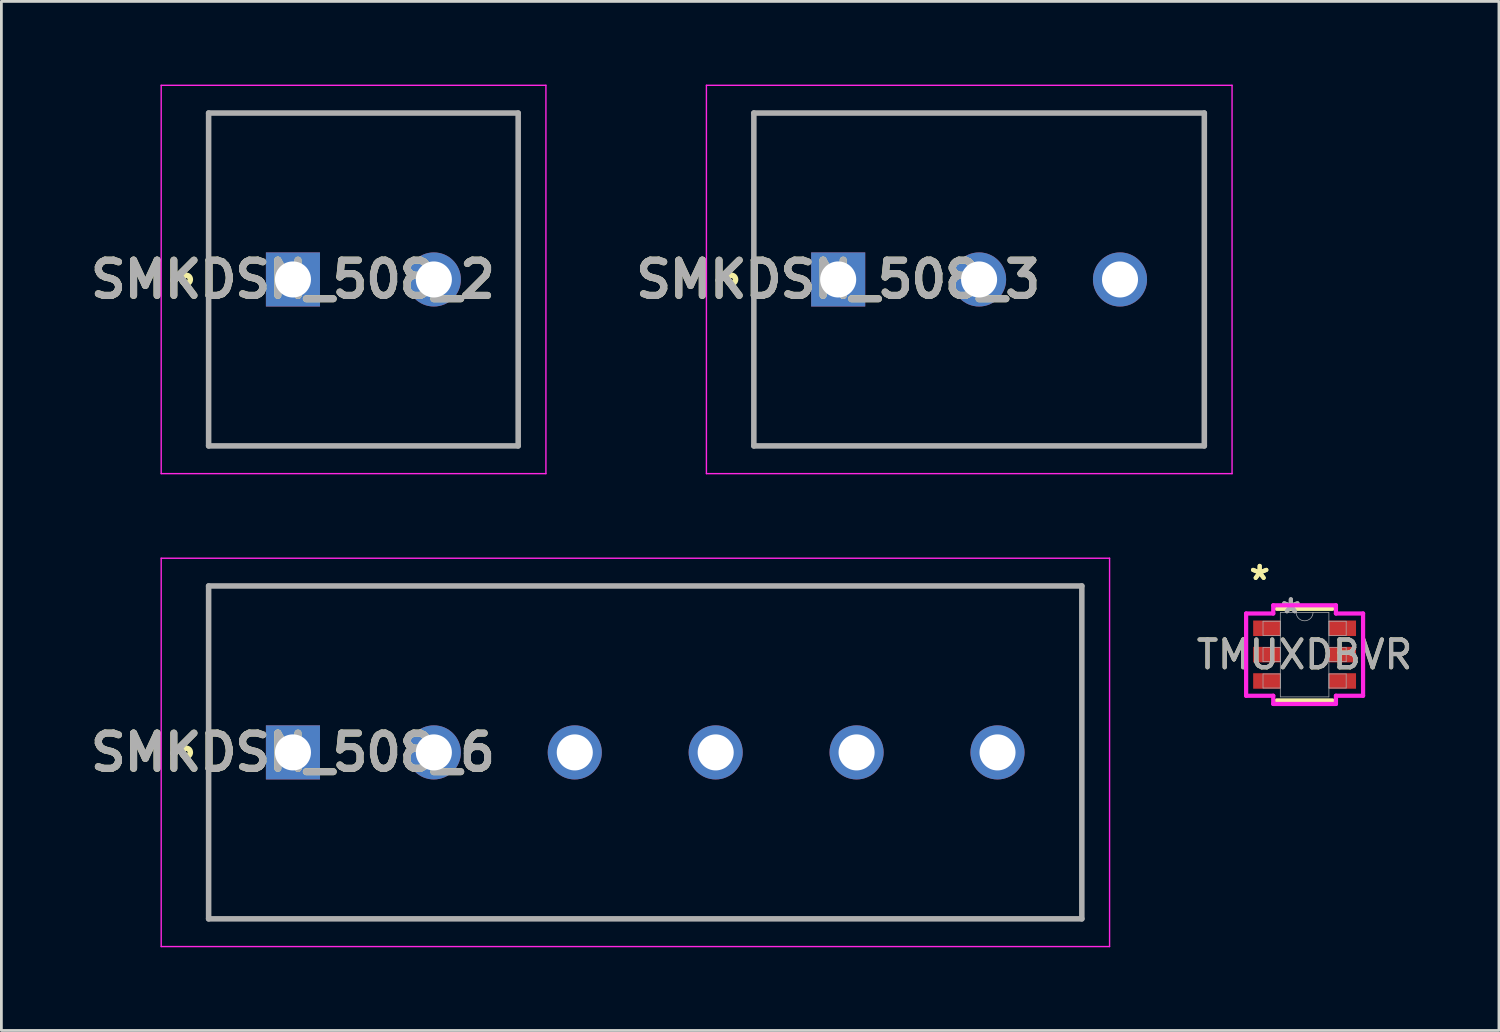
<source format=kicad_pcb>
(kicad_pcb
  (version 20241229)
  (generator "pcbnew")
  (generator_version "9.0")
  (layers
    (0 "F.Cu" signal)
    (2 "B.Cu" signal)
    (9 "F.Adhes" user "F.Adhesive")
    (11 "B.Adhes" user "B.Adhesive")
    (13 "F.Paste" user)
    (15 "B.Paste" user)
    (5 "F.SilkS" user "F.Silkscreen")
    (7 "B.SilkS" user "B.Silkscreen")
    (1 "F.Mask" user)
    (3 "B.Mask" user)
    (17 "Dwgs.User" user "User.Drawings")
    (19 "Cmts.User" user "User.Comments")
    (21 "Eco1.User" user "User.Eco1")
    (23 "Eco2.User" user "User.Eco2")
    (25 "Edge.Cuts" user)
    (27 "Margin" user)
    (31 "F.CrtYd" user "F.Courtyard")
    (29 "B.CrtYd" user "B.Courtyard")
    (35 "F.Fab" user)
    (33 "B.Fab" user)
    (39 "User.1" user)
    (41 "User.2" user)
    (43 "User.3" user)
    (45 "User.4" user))
  (footprint "SMKDSN_508_6"
    (layer "F.Cu")
    (at 7.511 24.075)
    (property "Reference" "SMKDSN_508_6" (at 0 0 0) (layer "F.SilkS") (effects (font (size 1.27 1.27) (thickness 0.254))))
    (attr through_hole)
    (fp_line (start -3.04 -6) (end 28.44 -6) (stroke (width 0.1) (type solid)) (layer "F.SilkS"))
    (fp_line (start -3.04 6) (end -3.04 -6) (stroke (width 0.1) (type solid)) (layer "F.SilkS"))
    (fp_line (start 28.44 -6) (end 28.44 6) (stroke (width 0.1) (type solid)) (layer "F.SilkS"))
    (fp_line (start 28.44 6) (end -3.04 6) (stroke (width 0.1) (type solid)) (layer "F.SilkS"))
    (fp_circle (center -3.85 0) (end -3.85 0.05) (stroke (width 0.2) (type solid)) (fill no) (layer "F.SilkS"))
    (fp_line (start -4.75 -7) (end 29.44 -7) (stroke (width 0.05) (type solid)) (layer "F.CrtYd"))
    (fp_line (start -4.75 7) (end -4.75 -7) (stroke (width 0.05) (type solid)) (layer "F.CrtYd"))
    (fp_line (start 29.44 -7) (end 29.44 7) (stroke (width 0.05) (type solid)) (layer "F.CrtYd"))
    (fp_line (start 29.44 7) (end -4.75 7) (stroke (width 0.05) (type solid)) (layer "F.CrtYd"))
    (fp_line (start -3.04 -6) (end 28.44 -6) (stroke (width 0.2) (type solid)) (layer "F.Fab"))
    (fp_line (start -3.04 6) (end -3.04 -6) (stroke (width 0.2) (type solid)) (layer "F.Fab"))
    (fp_line (start 28.44 -6) (end 28.44 6) (stroke (width 0.2) (type solid)) (layer "F.Fab"))
    (fp_line (start 28.44 6) (end -3.04 6) (stroke (width 0.2) (type solid)) (layer "F.Fab"))
    (fp_text user "${REFERENCE}" (at 0 0 0) (layer "F.Fab") (effects (font (size 1.27 1.27) (thickness 0.254))))
    (pad "1" thru_hole rect (at 0 0) (size 1.95 1.95) (drill 1.3) (layers "*.Cu" "*.Mask"))
    (pad "2" thru_hole circle (at 5.08 0) (size 1.95 1.95) (drill 1.3) (layers "*.Cu" "*.Mask"))
    (pad "3" thru_hole circle (at 10.16 0) (size 1.95 1.95) (drill 1.3) (layers "*.Cu" "*.Mask"))
    (pad "4" thru_hole circle (at 15.24 0) (size 1.95 1.95) (drill 1.3) (layers "*.Cu" "*.Mask"))
    (pad "5" thru_hole circle (at 20.32 0) (size 1.95 1.95) (drill 1.3) (layers "*.Cu" "*.Mask"))
    (pad "6" thru_hole circle (at 25.4 0) (size 1.95 1.95) (drill 1.3) (layers "*.Cu" "*.Mask")))
  (footprint "SMKDSN_508_3"
    (layer "F.Cu")
    (at 27.167 7.025)
    (property "Reference" "SMKDSN_508_3" (at 0 0 0) (layer "F.SilkS") (effects (font (size 1.27 1.27) (thickness 0.254))))
    (attr through_hole)
    (fp_line (start -3.04 -6) (end 13.2 -6) (stroke (width 0.1) (type solid)) (layer "F.SilkS"))
    (fp_line (start -3.04 6) (end -3.04 -6) (stroke (width 0.1) (type solid)) (layer "F.SilkS"))
    (fp_line (start 13.2 -6) (end 13.2 6) (stroke (width 0.1) (type solid)) (layer "F.SilkS"))
    (fp_line (start 13.2 6) (end -3.04 6) (stroke (width 0.1) (type solid)) (layer "F.SilkS"))
    (fp_circle (center -3.85 0) (end -3.85 0.05) (stroke (width 0.2) (type solid)) (fill no) (layer "F.SilkS"))
    (fp_line (start -4.75 -7) (end 14.2 -7) (stroke (width 0.05) (type solid)) (layer "F.CrtYd"))
    (fp_line (start -4.75 7) (end -4.75 -7) (stroke (width 0.05) (type solid)) (layer "F.CrtYd"))
    (fp_line (start 14.2 -7) (end 14.2 7) (stroke (width 0.05) (type solid)) (layer "F.CrtYd"))
    (fp_line (start 14.2 7) (end -4.75 7) (stroke (width 0.05) (type solid)) (layer "F.CrtYd"))
    (fp_line (start -3.04 -6) (end 13.2 -6) (stroke (width 0.2) (type solid)) (layer "F.Fab"))
    (fp_line (start -3.04 6) (end -3.04 -6) (stroke (width 0.2) (type solid)) (layer "F.Fab"))
    (fp_line (start 13.2 -6) (end 13.2 6) (stroke (width 0.2) (type solid)) (layer "F.Fab"))
    (fp_line (start 13.2 6) (end -3.04 6) (stroke (width 0.2) (type solid)) (layer "F.Fab"))
    (fp_text user "${REFERENCE}" (at 0 0 0) (layer "F.Fab") (effects (font (size 1.27 1.27) (thickness 0.254))))
    (pad "1" thru_hole rect (at 0 0) (size 1.95 1.95) (drill 1.3) (layers "*.Cu" "*.Mask"))
    (pad "2" thru_hole circle (at 5.08 0) (size 1.95 1.95) (drill 1.3) (layers "*.Cu" "*.Mask"))
    (pad "3" thru_hole circle (at 10.16 0) (size 1.95 1.95) (drill 1.3) (layers "*.Cu" "*.Mask")))
  (footprint "TMUXDBVR"
    (layer "F.Cu")
    (at 43.982 20.55)
    (property "Reference" "TMUXDBVR" (at 0 0 0) (unlocked yes) (layer "F.SilkS") (effects (font (size 1 1) (thickness 0.15))))
    (attr smd)
    (fp_line (start -1.003 1.651) (end 1.003 1.651) (stroke (width 0.152) (type solid)) (layer "F.SilkS"))
    (fp_line (start 1.003 -1.651) (end -1.003 -1.651) (stroke (width 0.152) (type solid)) (layer "F.SilkS"))
    (fp_line (start -2.108 -1.483) (end -1.13 -1.483) (stroke (width 0.152) (type solid)) (layer "F.CrtYd"))
    (fp_line (start -2.108 1.483) (end -2.108 -1.483) (stroke (width 0.152) (type solid)) (layer "F.CrtYd"))
    (fp_line (start -2.108 1.483) (end -1.13 1.483) (stroke (width 0.152) (type solid)) (layer "F.CrtYd"))
    (fp_line (start -1.13 -1.778) (end 1.13 -1.778) (stroke (width 0.152) (type solid)) (layer "F.CrtYd"))
    (fp_line (start -1.13 -1.483) (end -1.13 -1.778) (stroke (width 0.152) (type solid)) (layer "F.CrtYd"))
    (fp_line (start -1.13 1.778) (end -1.13 1.483) (stroke (width 0.152) (type solid)) (layer "F.CrtYd"))
    (fp_line (start 1.13 -1.778) (end 1.13 -1.483) (stroke (width 0.152) (type solid)) (layer "F.CrtYd"))
    (fp_line (start 1.13 1.483) (end 1.13 1.778) (stroke (width 0.152) (type solid)) (layer "F.CrtYd"))
    (fp_line (start 1.13 1.778) (end -1.13 1.778) (stroke (width 0.152) (type solid)) (layer "F.CrtYd"))
    (fp_line (start 2.108 -1.483) (end 1.13 -1.483) (stroke (width 0.152) (type solid)) (layer "F.CrtYd"))
    (fp_line (start 2.108 -1.483) (end 2.108 1.483) (stroke (width 0.152) (type solid)) (layer "F.CrtYd"))
    (fp_line (start 2.108 1.483) (end 1.13 1.483) (stroke (width 0.152) (type solid)) (layer "F.CrtYd"))
    (fp_line (start -1.499 -1.204) (end -1.499 -0.696) (stroke (width 0.025) (type solid)) (layer "F.Fab"))
    (fp_line (start -1.499 -0.696) (end -0.876 -0.696) (stroke (width 0.025) (type solid)) (layer "F.Fab"))
    (fp_line (start -1.499 -0.254) (end -1.499 0.254) (stroke (width 0.025) (type solid)) (layer "F.Fab"))
    (fp_line (start -1.499 0.254) (end -0.876 0.254) (stroke (width 0.025) (type solid)) (layer "F.Fab"))
    (fp_line (start -1.499 0.696) (end -1.499 1.204) (stroke (width 0.025) (type solid)) (layer "F.Fab"))
    (fp_line (start -1.499 1.204) (end -0.876 1.204) (stroke (width 0.025) (type solid)) (layer "F.Fab"))
    (fp_line (start -0.876 -1.524) (end -0.876 1.524) (stroke (width 0.025) (type solid)) (layer "F.Fab"))
    (fp_line (start -0.876 -1.204) (end -1.499 -1.204) (stroke (width 0.025) (type solid)) (layer "F.Fab"))
    (fp_line (start -0.876 -0.696) (end -0.876 -1.204) (stroke (width 0.025) (type solid)) (layer "F.Fab"))
    (fp_line (start -0.876 -0.254) (end -1.499 -0.254) (stroke (width 0.025) (type solid)) (layer "F.Fab"))
    (fp_line (start -0.876 0.254) (end -0.876 -0.254) (stroke (width 0.025) (type solid)) (layer "F.Fab"))
    (fp_line (start -0.876 0.696) (end -1.499 0.696) (stroke (width 0.025) (type solid)) (layer "F.Fab"))
    (fp_line (start -0.876 1.204) (end -0.876 0.696) (stroke (width 0.025) (type solid)) (layer "F.Fab"))
    (fp_line (start -0.876 1.524) (end 0.876 1.524) (stroke (width 0.025) (type solid)) (layer "F.Fab"))
    (fp_line (start 0.876 -1.524) (end -0.876 -1.524) (stroke (width 0.025) (type solid)) (layer "F.Fab"))
    (fp_line (start 0.876 -1.204) (end 0.876 -0.696) (stroke (width 0.025) (type solid)) (layer "F.Fab"))
    (fp_line (start 0.876 -0.696) (end 1.499 -0.696) (stroke (width 0.025) (type solid)) (layer "F.Fab"))
    (fp_line (start 0.876 -0.254) (end 0.876 0.254) (stroke (width 0.025) (type solid)) (layer "F.Fab"))
    (fp_line (start 0.876 0.254) (end 1.499 0.254) (stroke (width 0.025) (type solid)) (layer "F.Fab"))
    (fp_line (start 0.876 0.696) (end 0.876 1.204) (stroke (width 0.025) (type solid)) (layer "F.Fab"))
    (fp_line (start 0.876 1.204) (end 1.499 1.204) (stroke (width 0.025) (type solid)) (layer "F.Fab"))
    (fp_line (start 0.876 1.524) (end 0.876 -1.524) (stroke (width 0.025) (type solid)) (layer "F.Fab"))
    (fp_line (start 1.499 -1.204) (end 0.876 -1.204) (stroke (width 0.025) (type solid)) (layer "F.Fab"))
    (fp_line (start 1.499 -0.696) (end 1.499 -1.204) (stroke (width 0.025) (type solid)) (layer "F.Fab"))
    (fp_line (start 1.499 -0.254) (end 0.876 -0.254) (stroke (width 0.025) (type solid)) (layer "F.Fab"))
    (fp_line (start 1.499 0.254) (end 1.499 -0.254) (stroke (width 0.025) (type solid)) (layer "F.Fab"))
    (fp_line (start 1.499 0.696) (end 0.876 0.696) (stroke (width 0.025) (type solid)) (layer "F.Fab"))
    (fp_line (start 1.499 1.204) (end 1.499 0.696) (stroke (width 0.025) (type solid)) (layer "F.Fab"))
    (fp_arc (start 0.3048 -1.524) (mid 0 -1.2192) (end -0.3048 -1.524) (stroke (width 0.0254) (type solid)) (layer "F.Fab"))
    (fp_text user "*" (at -1.619 -2.652 0) (unlocked yes) (layer "F.SilkS") (effects (font (size 1 1) (thickness 0.15))))
    (fp_text user "*" (at -1.619 -2.652 0) (layer "F.SilkS") (effects (font (size 1 1) (thickness 0.15))))
    (fp_text user "*" (at -0.495 -1.448 0) (layer "F.Fab") (effects (font (size 1 1) (thickness 0.15))))
    (fp_text user "${REFERENCE}" (at 0 0 0) (unlocked yes) (layer "F.Fab") (effects (font (size 1 1) (thickness 0.15))))
    (fp_text user "*" (at -0.495 -1.448 0) (unlocked yes) (layer "F.Fab") (effects (font (size 1 1) (thickness 0.15))))
    (pad "1" smd rect (at -1.365 -0.95) (size 0.978 0.559) (layers "F.Cu" "F.Mask" "F.Paste"))
    (pad "2" smd rect (at -1.365 0) (size 0.978 0.559) (layers "F.Cu" "F.Mask" "F.Paste"))
    (pad "3" smd rect (at -1.365 0.95) (size 0.978 0.559) (layers "F.Cu" "F.Mask" "F.Paste"))
    (pad "4" smd rect (at 1.365 0.95) (size 0.978 0.559) (layers "F.Cu" "F.Mask" "F.Paste"))
    (pad "5" smd rect (at 1.365 0) (size 0.978 0.559) (layers "F.Cu" "F.Mask" "F.Paste"))
    (pad "6" smd rect (at 1.365 -0.95) (size 0.978 0.559) (layers "F.Cu" "F.Mask" "F.Paste")))
  (footprint "SMKDSN_508_2"
    (layer "F.Cu")
    (at 7.511 7.025)
    (property "Reference" "SMKDSN_508_2" (at 0 0 0) (layer "F.SilkS") (effects (font (size 1.27 1.27) (thickness 0.254))))
    (attr through_hole)
    (fp_line (start -3.04 -6) (end 8.12 -6) (stroke (width 0.1) (type solid)) (layer "F.SilkS"))
    (fp_line (start -3.04 6) (end -3.04 -6) (stroke (width 0.1) (type solid)) (layer "F.SilkS"))
    (fp_line (start 8.12 -6) (end 8.12 6) (stroke (width 0.1) (type solid)) (layer "F.SilkS"))
    (fp_line (start 8.12 6) (end -3.04 6) (stroke (width 0.1) (type solid)) (layer "F.SilkS"))
    (fp_circle (center -3.85 0) (end -3.85 0.05) (stroke (width 0.2) (type solid)) (fill no) (layer "F.SilkS"))
    (fp_line (start -4.75 -7) (end 9.12 -7) (stroke (width 0.05) (type solid)) (layer "F.CrtYd"))
    (fp_line (start -4.75 7) (end -4.75 -7) (stroke (width 0.05) (type solid)) (layer "F.CrtYd"))
    (fp_line (start 9.12 -7) (end 9.12 7) (stroke (width 0.05) (type solid)) (layer "F.CrtYd"))
    (fp_line (start 9.12 7) (end -4.75 7) (stroke (width 0.05) (type solid)) (layer "F.CrtYd"))
    (fp_line (start -3.04 -6) (end 8.12 -6) (stroke (width 0.2) (type solid)) (layer "F.Fab"))
    (fp_line (start -3.04 6) (end -3.04 -6) (stroke (width 0.2) (type solid)) (layer "F.Fab"))
    (fp_line (start 8.12 -6) (end 8.12 6) (stroke (width 0.2) (type solid)) (layer "F.Fab"))
    (fp_line (start 8.12 6) (end -3.04 6) (stroke (width 0.2) (type solid)) (layer "F.Fab"))
    (fp_text user "${REFERENCE}" (at 0 0 0) (layer "F.Fab") (effects (font (size 1.27 1.27) (thickness 0.254))))
    (pad "1" thru_hole rect (at 0 0) (size 1.95 1.95) (drill 1.3) (layers "*.Cu" "*.Mask"))
    (pad "2" thru_hole circle (at 5.08 0) (size 1.95 1.95) (drill 1.3) (layers "*.Cu" "*.Mask")))
  (gr_rect
    (start -3 -3)
    (end 50.988 34.1)
    (stroke (width 0.1) (type default))
    (fill no)
    (layer "Edge.Cuts")))
</source>
